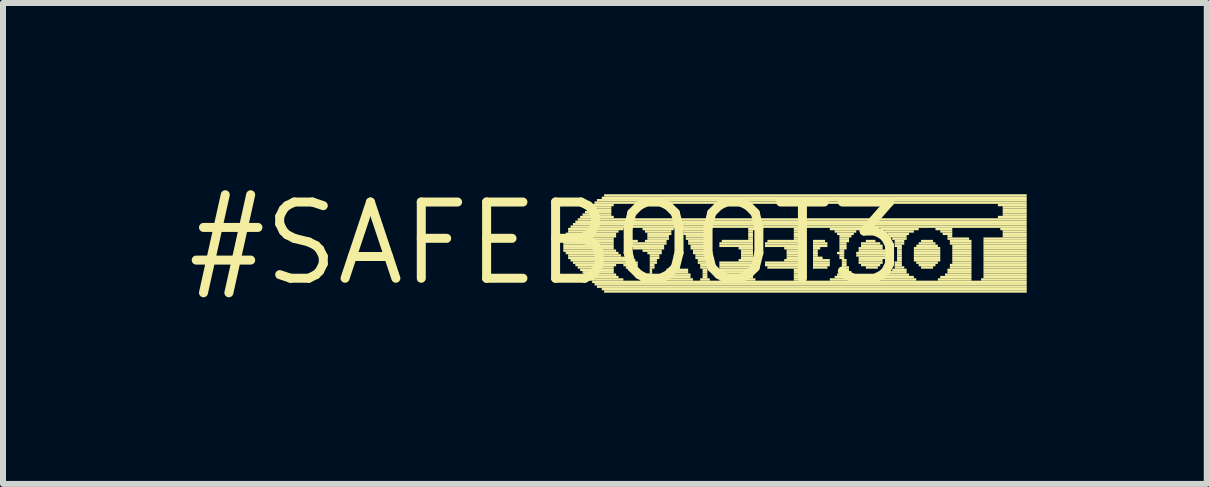
<source format=kicad_pcb>
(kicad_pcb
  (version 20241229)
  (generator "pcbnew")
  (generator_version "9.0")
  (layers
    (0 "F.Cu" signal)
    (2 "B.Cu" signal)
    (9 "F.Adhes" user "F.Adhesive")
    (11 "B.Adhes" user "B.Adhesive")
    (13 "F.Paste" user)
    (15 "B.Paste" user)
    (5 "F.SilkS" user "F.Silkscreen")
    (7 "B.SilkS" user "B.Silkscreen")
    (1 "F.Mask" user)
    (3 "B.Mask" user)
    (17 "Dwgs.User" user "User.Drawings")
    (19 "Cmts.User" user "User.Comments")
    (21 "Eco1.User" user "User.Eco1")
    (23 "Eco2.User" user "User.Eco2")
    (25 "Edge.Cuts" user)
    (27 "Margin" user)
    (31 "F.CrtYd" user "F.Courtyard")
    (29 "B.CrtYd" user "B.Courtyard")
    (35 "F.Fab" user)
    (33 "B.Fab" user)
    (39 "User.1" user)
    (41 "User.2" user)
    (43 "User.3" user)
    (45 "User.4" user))
  (footprint "#SAFEBOOT3"
    (layer "F.Cu")
    (at 6.055 1.006)
    (property "Reference" "#SAFEBOOT3" (at 0 0 0) (layer "F.SilkS") (effects (font (size 1.27 1.27) (thickness 0.15))))
    (fp_poly (pts (xy 0.28 -0.1) (xy 1.16 -0.1) (xy 1.16 -0.14) (xy 0.28 -0.14)) (stroke (width 0) (type default)) (fill yes) (layer "F.SilkS"))
    (fp_poly (pts (xy 0.28 -0.06) (xy 1.12 -0.06) (xy 1.12 -0.1) (xy 0.28 -0.1)) (stroke (width 0) (type default)) (fill yes) (layer "F.SilkS"))
    (fp_poly (pts (xy 0.28 -0.02) (xy 1.12 -0.02) (xy 1.12 -0.06) (xy 0.28 -0.06)) (stroke (width 0) (type default)) (fill yes) (layer "F.SilkS"))
    (fp_poly (pts (xy 0.28 0.02) (xy 1.12 0.02) (xy 1.12 -0.02) (xy 0.28 -0.02)) (stroke (width 0) (type default)) (fill yes) (layer "F.SilkS"))
    (fp_poly (pts (xy 0.28 0.06) (xy 1.12 0.06) (xy 1.12 0.02) (xy 0.28 0.02)) (stroke (width 0) (type default)) (fill yes) (layer "F.SilkS"))
    (fp_poly (pts (xy 0.28 0.1) (xy 1.12 0.1) (xy 1.12 0.06) (xy 0.28 0.06)) (stroke (width 0) (type default)) (fill yes) (layer "F.SilkS"))
    (fp_poly (pts (xy 0.28 0.14) (xy 1.16 0.14) (xy 1.16 0.1) (xy 0.28 0.1)) (stroke (width 0) (type default)) (fill yes) (layer "F.SilkS"))
    (fp_poly (pts (xy 0.32 -0.14) (xy 1.16 -0.14) (xy 1.16 -0.18) (xy 0.32 -0.18)) (stroke (width 0) (type default)) (fill yes) (layer "F.SilkS"))
    (fp_poly (pts (xy 0.32 0.18) (xy 1.2 0.18) (xy 1.2 0.14) (xy 0.32 0.14)) (stroke (width 0) (type default)) (fill yes) (layer "F.SilkS"))
    (fp_poly (pts (xy 0.36 -0.22) (xy 1.28 -0.22) (xy 1.28 -0.26) (xy 0.36 -0.26)) (stroke (width 0) (type default)) (fill yes) (layer "F.SilkS"))
    (fp_poly (pts (xy 0.36 -0.18) (xy 1.2 -0.18) (xy 1.2 -0.22) (xy 0.36 -0.22)) (stroke (width 0) (type default)) (fill yes) (layer "F.SilkS"))
    (fp_poly (pts (xy 0.36 0.22) (xy 1.24 0.22) (xy 1.24 0.18) (xy 0.36 0.18)) (stroke (width 0) (type default)) (fill yes) (layer "F.SilkS"))
    (fp_poly (pts (xy 0.36 0.26) (xy 1.32 0.26) (xy 1.32 0.22) (xy 0.36 0.22)) (stroke (width 0) (type default)) (fill yes) (layer "F.SilkS"))
    (fp_poly (pts (xy 0.4 -0.26) (xy 8 -0.26) (xy 8 -0.3) (xy 0.4 -0.3)) (stroke (width 0) (type default)) (fill yes) (layer "F.SilkS"))
    (fp_poly (pts (xy 0.4 0.3) (xy 1.48 0.3) (xy 1.48 0.26) (xy 0.4 0.26)) (stroke (width 0) (type default)) (fill yes) (layer "F.SilkS"))
    (fp_poly (pts (xy 0.44 -0.3) (xy 8 -0.3) (xy 8 -0.34) (xy 0.44 -0.34)) (stroke (width 0) (type default)) (fill yes) (layer "F.SilkS"))
    (fp_poly (pts (xy 0.44 0.34) (xy 1.52 0.34) (xy 1.52 0.3) (xy 0.44 0.3)) (stroke (width 0) (type default)) (fill yes) (layer "F.SilkS"))
    (fp_poly (pts (xy 0.48 -0.34) (xy 8 -0.34) (xy 8 -0.38) (xy 0.48 -0.38)) (stroke (width 0) (type default)) (fill yes) (layer "F.SilkS"))
    (fp_poly (pts (xy 0.48 0.38) (xy 1.16 0.38) (xy 1.16 0.34) (xy 0.48 0.34)) (stroke (width 0) (type default)) (fill yes) (layer "F.SilkS"))
    (fp_poly (pts (xy 0.52 -0.38) (xy 8 -0.38) (xy 8 -0.42) (xy 0.52 -0.42)) (stroke (width 0) (type default)) (fill yes) (layer "F.SilkS"))
    (fp_poly (pts (xy 0.52 0.42) (xy 1.12 0.42) (xy 1.12 0.38) (xy 0.52 0.38)) (stroke (width 0) (type default)) (fill yes) (layer "F.SilkS"))
    (fp_poly (pts (xy 0.56 -0.42) (xy 1.12 -0.42) (xy 1.12 -0.46) (xy 0.56 -0.46)) (stroke (width 0) (type default)) (fill yes) (layer "F.SilkS"))
    (fp_poly (pts (xy 0.56 0.46) (xy 1.12 0.46) (xy 1.12 0.42) (xy 0.56 0.42)) (stroke (width 0) (type default)) (fill yes) (layer "F.SilkS"))
    (fp_poly (pts (xy 0.6 -0.46) (xy 1.08 -0.46) (xy 1.08 -0.5) (xy 0.6 -0.5)) (stroke (width 0) (type default)) (fill yes) (layer "F.SilkS"))
    (fp_poly (pts (xy 0.6 0.5) (xy 1.12 0.5) (xy 1.12 0.46) (xy 0.6 0.46)) (stroke (width 0) (type default)) (fill yes) (layer "F.SilkS"))
    (fp_poly (pts (xy 0.64 -0.5) (xy 1.08 -0.5) (xy 1.08 -0.54) (xy 0.64 -0.54)) (stroke (width 0) (type default)) (fill yes) (layer "F.SilkS"))
    (fp_poly (pts (xy 0.64 0.54) (xy 1.16 0.54) (xy 1.16 0.5) (xy 0.64 0.5)) (stroke (width 0) (type default)) (fill yes) (layer "F.SilkS"))
    (fp_poly (pts (xy 0.68 -0.54) (xy 1.08 -0.54) (xy 1.08 -0.58) (xy 0.68 -0.58)) (stroke (width 0) (type default)) (fill yes) (layer "F.SilkS"))
    (fp_poly (pts (xy 0.68 0.58) (xy 1.2 0.58) (xy 1.2 0.54) (xy 0.68 0.54)) (stroke (width 0) (type default)) (fill yes) (layer "F.SilkS"))
    (fp_poly (pts (xy 0.72 -0.58) (xy 1.08 -0.58) (xy 1.08 -0.62) (xy 0.72 -0.62)) (stroke (width 0) (type default)) (fill yes) (layer "F.SilkS"))
    (fp_poly (pts (xy 0.72 0.62) (xy 1.28 0.62) (xy 1.28 0.58) (xy 0.72 0.58)) (stroke (width 0) (type default)) (fill yes) (layer "F.SilkS"))
    (fp_poly (pts (xy 0.76 -0.62) (xy 1.12 -0.62) (xy 1.12 -0.66) (xy 0.76 -0.66)) (stroke (width 0) (type default)) (fill yes) (layer "F.SilkS"))
    (fp_poly (pts (xy 0.76 0.66) (xy 8 0.66) (xy 8 0.62) (xy 0.76 0.62)) (stroke (width 0) (type default)) (fill yes) (layer "F.SilkS"))
    (fp_poly (pts (xy 0.8 -0.66) (xy 8 -0.66) (xy 8 -0.7) (xy 0.8 -0.7)) (stroke (width 0) (type default)) (fill yes) (layer "F.SilkS"))
    (fp_poly (pts (xy 0.8 0.7) (xy 8 0.7) (xy 8 0.66) (xy 0.8 0.66)) (stroke (width 0) (type default)) (fill yes) (layer "F.SilkS"))
    (fp_poly (pts (xy 0.84 -0.7) (xy 8 -0.7) (xy 8 -0.74) (xy 0.84 -0.74)) (stroke (width 0) (type default)) (fill yes) (layer "F.SilkS"))
    (fp_poly (pts (xy 0.84 0.74) (xy 8 0.74) (xy 8 0.7) (xy 0.84 0.7)) (stroke (width 0) (type default)) (fill yes) (layer "F.SilkS"))
    (fp_poly (pts (xy 0.92 -0.74) (xy 8 -0.74) (xy 8 -0.78) (xy 0.92 -0.78)) (stroke (width 0) (type default)) (fill yes) (layer "F.SilkS"))
    (fp_poly (pts (xy 0.92 0.78) (xy 8 0.78) (xy 8 0.74) (xy 0.92 0.74)) (stroke (width 0) (type default)) (fill yes) (layer "F.SilkS"))
    (fp_poly (pts (xy 0.96 -0.78) (xy 8 -0.78) (xy 8 -0.82) (xy 0.96 -0.82)) (stroke (width 0) (type default)) (fill yes) (layer "F.SilkS"))
    (fp_poly (pts (xy 0.96 0.82) (xy 8 0.82) (xy 8 0.78) (xy 0.96 0.78)) (stroke (width 0) (type default)) (fill yes) (layer "F.SilkS"))
    (fp_poly (pts (xy 1.28 0.38) (xy 1.52 0.38) (xy 1.52 0.34) (xy 1.28 0.34)) (stroke (width 0) (type default)) (fill yes) (layer "F.SilkS"))
    (fp_poly (pts (xy 1.32 -0.02) (xy 1.52 -0.02) (xy 1.52 -0.06) (xy 1.32 -0.06)) (stroke (width 0) (type default)) (fill yes) (layer "F.SilkS"))
    (fp_poly (pts (xy 1.32 0.02) (xy 2 0.02) (xy 2 -0.02) (xy 1.32 -0.02)) (stroke (width 0) (type default)) (fill yes) (layer "F.SilkS"))
    (fp_poly (pts (xy 1.32 0.42) (xy 1.52 0.42) (xy 1.52 0.38) (xy 1.32 0.38)) (stroke (width 0) (type default)) (fill yes) (layer "F.SilkS"))
    (fp_poly (pts (xy 1.36 0.06) (xy 1.96 0.06) (xy 1.96 0.02) (xy 1.36 0.02)) (stroke (width 0) (type default)) (fill yes) (layer "F.SilkS"))
    (fp_poly (pts (xy 1.44 0.1) (xy 1.96 0.1) (xy 1.96 0.06) (xy 1.44 0.06)) (stroke (width 0) (type default)) (fill yes) (layer "F.SilkS"))
    (fp_poly (pts (xy 1.56 0.62) (xy 1.8 0.62) (xy 1.8 0.58) (xy 1.56 0.58)) (stroke (width 0) (type default)) (fill yes) (layer "F.SilkS"))
    (fp_poly (pts (xy 1.6 -0.22) (xy 2.12 -0.22) (xy 2.12 -0.26) (xy 1.6 -0.26)) (stroke (width 0) (type default)) (fill yes) (layer "F.SilkS"))
    (fp_poly (pts (xy 1.6 0.14) (xy 1.92 0.14) (xy 1.92 0.1) (xy 1.6 0.1)) (stroke (width 0) (type default)) (fill yes) (layer "F.SilkS"))
    (fp_poly (pts (xy 1.64 -0.18) (xy 2.08 -0.18) (xy 2.08 -0.22) (xy 1.64 -0.22)) (stroke (width 0) (type default)) (fill yes) (layer "F.SilkS"))
    (fp_poly (pts (xy 1.64 -0.02) (xy 2 -0.02) (xy 2 -0.06) (xy 1.64 -0.06)) (stroke (width 0) (type default)) (fill yes) (layer "F.SilkS"))
    (fp_poly (pts (xy 1.64 0.58) (xy 1.76 0.58) (xy 1.76 0.54) (xy 1.64 0.54)) (stroke (width 0) (type default)) (fill yes) (layer "F.SilkS"))
    (fp_poly (pts (xy 1.68 -0.14) (xy 2.08 -0.14) (xy 2.08 -0.18) (xy 1.68 -0.18)) (stroke (width 0) (type default)) (fill yes) (layer "F.SilkS"))
    (fp_poly (pts (xy 1.68 -0.1) (xy 2.04 -0.1) (xy 2.04 -0.14) (xy 1.68 -0.14)) (stroke (width 0) (type default)) (fill yes) (layer "F.SilkS"))
    (fp_poly (pts (xy 1.68 -0.06) (xy 2.04 -0.06) (xy 2.04 -0.1) (xy 1.68 -0.1)) (stroke (width 0) (type default)) (fill yes) (layer "F.SilkS"))
    (fp_poly (pts (xy 1.68 0.18) (xy 1.92 0.18) (xy 1.92 0.14) (xy 1.68 0.14)) (stroke (width 0) (type default)) (fill yes) (layer "F.SilkS"))
    (fp_poly (pts (xy 1.68 0.54) (xy 1.76 0.54) (xy 1.76 0.5) (xy 1.68 0.5)) (stroke (width 0) (type default)) (fill yes) (layer "F.SilkS"))
    (fp_poly (pts (xy 1.72 0.22) (xy 1.88 0.22) (xy 1.88 0.18) (xy 1.72 0.18)) (stroke (width 0) (type default)) (fill yes) (layer "F.SilkS"))
    (fp_poly (pts (xy 1.72 0.26) (xy 1.88 0.26) (xy 1.88 0.22) (xy 1.72 0.22)) (stroke (width 0) (type default)) (fill yes) (layer "F.SilkS"))
    (fp_poly (pts (xy 1.72 0.3) (xy 1.84 0.3) (xy 1.84 0.26) (xy 1.72 0.26)) (stroke (width 0) (type default)) (fill yes) (layer "F.SilkS"))
    (fp_poly (pts (xy 1.72 0.34) (xy 1.84 0.34) (xy 1.84 0.3) (xy 1.72 0.3)) (stroke (width 0) (type default)) (fill yes) (layer "F.SilkS"))
    (fp_poly (pts (xy 1.72 0.38) (xy 1.8 0.38) (xy 1.8 0.34) (xy 1.72 0.34)) (stroke (width 0) (type default)) (fill yes) (layer "F.SilkS"))
    (fp_poly (pts (xy 1.72 0.42) (xy 1.8 0.42) (xy 1.8 0.38) (xy 1.72 0.38)) (stroke (width 0) (type default)) (fill yes) (layer "F.SilkS"))
    (fp_poly (pts (xy 1.72 0.46) (xy 1.76 0.46) (xy 1.76 0.42) (xy 1.72 0.42)) (stroke (width 0) (type default)) (fill yes) (layer "F.SilkS"))
    (fp_poly (pts (xy 1.72 0.5) (xy 1.76 0.5) (xy 1.76 0.46) (xy 1.72 0.46)) (stroke (width 0) (type default)) (fill yes) (layer "F.SilkS"))
    (fp_poly (pts (xy 1.92 0.62) (xy 2.44 0.62) (xy 2.44 0.58) (xy 1.92 0.58)) (stroke (width 0) (type default)) (fill yes) (layer "F.SilkS"))
    (fp_poly (pts (xy 1.96 0.54) (xy 2.4 0.54) (xy 2.4 0.5) (xy 1.96 0.5)) (stroke (width 0) (type default)) (fill yes) (layer "F.SilkS"))
    (fp_poly (pts (xy 1.96 0.58) (xy 2.4 0.58) (xy 2.4 0.54) (xy 1.96 0.54)) (stroke (width 0) (type default)) (fill yes) (layer "F.SilkS"))
    (fp_poly (pts (xy 2 0.46) (xy 2.36 0.46) (xy 2.36 0.42) (xy 2 0.42)) (stroke (width 0) (type default)) (fill yes) (layer "F.SilkS"))
    (fp_poly (pts (xy 2 0.5) (xy 2.36 0.5) (xy 2.36 0.46) (xy 2 0.46)) (stroke (width 0) (type default)) (fill yes) (layer "F.SilkS"))
    (fp_poly (pts (xy 2.12 0.22) (xy 2.24 0.22) (xy 2.24 0.18) (xy 2.12 0.18)) (stroke (width 0) (type default)) (fill yes) (layer "F.SilkS"))
    (fp_poly (pts (xy 2.12 0.26) (xy 2.24 0.26) (xy 2.24 0.22) (xy 2.12 0.22)) (stroke (width 0) (type default)) (fill yes) (layer "F.SilkS"))
    (fp_poly (pts (xy 2.16 0.14) (xy 2.2 0.14) (xy 2.2 0.1) (xy 2.16 0.1)) (stroke (width 0) (type default)) (fill yes) (layer "F.SilkS"))
    (fp_poly (pts (xy 2.16 0.18) (xy 2.2 0.18) (xy 2.2 0.14) (xy 2.16 0.14)) (stroke (width 0) (type default)) (fill yes) (layer "F.SilkS"))
    (fp_poly (pts (xy 2.24 -0.22) (xy 2.72 -0.22) (xy 2.72 -0.26) (xy 2.24 -0.26)) (stroke (width 0) (type default)) (fill yes) (layer "F.SilkS"))
    (fp_poly (pts (xy 2.28 -0.18) (xy 2.68 -0.18) (xy 2.68 -0.22) (xy 2.28 -0.22)) (stroke (width 0) (type default)) (fill yes) (layer "F.SilkS"))
    (fp_poly (pts (xy 2.28 -0.14) (xy 2.68 -0.14) (xy 2.68 -0.18) (xy 2.28 -0.18)) (stroke (width 0) (type default)) (fill yes) (layer "F.SilkS"))
    (fp_poly (pts (xy 2.32 -0.1) (xy 2.68 -0.1) (xy 2.68 -0.14) (xy 2.32 -0.14)) (stroke (width 0) (type default)) (fill yes) (layer "F.SilkS"))
    (fp_poly (pts (xy 2.32 -0.06) (xy 2.68 -0.06) (xy 2.68 -0.1) (xy 2.32 -0.1)) (stroke (width 0) (type default)) (fill yes) (layer "F.SilkS"))
    (fp_poly (pts (xy 2.36 -0.02) (xy 2.68 -0.02) (xy 2.68 -0.06) (xy 2.36 -0.06)) (stroke (width 0) (type default)) (fill yes) (layer "F.SilkS"))
    (fp_poly (pts (xy 2.36 0.02) (xy 2.68 0.02) (xy 2.68 -0.02) (xy 2.36 -0.02)) (stroke (width 0) (type default)) (fill yes) (layer "F.SilkS"))
    (fp_poly (pts (xy 2.4 0.06) (xy 2.68 0.06) (xy 2.68 0.02) (xy 2.4 0.02)) (stroke (width 0) (type default)) (fill yes) (layer "F.SilkS"))
    (fp_poly (pts (xy 2.4 0.1) (xy 2.68 0.1) (xy 2.68 0.06) (xy 2.4 0.06)) (stroke (width 0) (type default)) (fill yes) (layer "F.SilkS"))
    (fp_poly (pts (xy 2.44 0.14) (xy 2.68 0.14) (xy 2.68 0.1) (xy 2.44 0.1)) (stroke (width 0) (type default)) (fill yes) (layer "F.SilkS"))
    (fp_poly (pts (xy 2.44 0.18) (xy 2.68 0.18) (xy 2.68 0.14) (xy 2.44 0.14)) (stroke (width 0) (type default)) (fill yes) (layer "F.SilkS"))
    (fp_poly (pts (xy 2.48 0.22) (xy 2.68 0.22) (xy 2.68 0.18) (xy 2.48 0.18)) (stroke (width 0) (type default)) (fill yes) (layer "F.SilkS"))
    (fp_poly (pts (xy 2.48 0.26) (xy 2.68 0.26) (xy 2.68 0.22) (xy 2.48 0.22)) (stroke (width 0) (type default)) (fill yes) (layer "F.SilkS"))
    (fp_poly (pts (xy 2.52 0.3) (xy 2.68 0.3) (xy 2.68 0.26) (xy 2.52 0.26)) (stroke (width 0) (type default)) (fill yes) (layer "F.SilkS"))
    (fp_poly (pts (xy 2.52 0.34) (xy 2.68 0.34) (xy 2.68 0.3) (xy 2.52 0.3)) (stroke (width 0) (type default)) (fill yes) (layer "F.SilkS"))
    (fp_poly (pts (xy 2.56 0.38) (xy 2.68 0.38) (xy 2.68 0.34) (xy 2.56 0.34)) (stroke (width 0) (type default)) (fill yes) (layer "F.SilkS"))
    (fp_poly (pts (xy 2.56 0.42) (xy 2.68 0.42) (xy 2.68 0.38) (xy 2.56 0.38)) (stroke (width 0) (type default)) (fill yes) (layer "F.SilkS"))
    (fp_poly (pts (xy 2.56 0.62) (xy 2.72 0.62) (xy 2.72 0.58) (xy 2.56 0.58)) (stroke (width 0) (type default)) (fill yes) (layer "F.SilkS"))
    (fp_poly (pts (xy 2.6 0.46) (xy 2.68 0.46) (xy 2.68 0.42) (xy 2.6 0.42)) (stroke (width 0) (type default)) (fill yes) (layer "F.SilkS"))
    (fp_poly (pts (xy 2.6 0.5) (xy 2.68 0.5) (xy 2.68 0.46) (xy 2.6 0.46)) (stroke (width 0) (type default)) (fill yes) (layer "F.SilkS"))
    (fp_poly (pts (xy 2.6 0.54) (xy 2.68 0.54) (xy 2.68 0.5) (xy 2.6 0.5)) (stroke (width 0) (type default)) (fill yes) (layer "F.SilkS"))
    (fp_poly (pts (xy 2.6 0.58) (xy 2.68 0.58) (xy 2.68 0.54) (xy 2.6 0.54)) (stroke (width 0) (type default)) (fill yes) (layer "F.SilkS"))
    (fp_poly (pts (xy 2.88 0.02) (xy 3.44 0.02) (xy 3.44 -0.02) (xy 2.88 -0.02)) (stroke (width 0) (type default)) (fill yes) (layer "F.SilkS"))
    (fp_poly (pts (xy 2.88 0.06) (xy 3.44 0.06) (xy 3.44 0.02) (xy 2.88 0.02)) (stroke (width 0) (type default)) (fill yes) (layer "F.SilkS"))
    (fp_poly (pts (xy 2.88 0.34) (xy 3.44 0.34) (xy 3.44 0.3) (xy 2.88 0.3)) (stroke (width 0) (type default)) (fill yes) (layer "F.SilkS"))
    (fp_poly (pts (xy 2.88 0.38) (xy 3.44 0.38) (xy 3.44 0.34) (xy 2.88 0.34)) (stroke (width 0) (type default)) (fill yes) (layer "F.SilkS"))
    (fp_poly (pts (xy 2.88 0.42) (xy 3.44 0.42) (xy 3.44 0.38) (xy 2.88 0.38)) (stroke (width 0) (type default)) (fill yes) (layer "F.SilkS"))
    (fp_poly (pts (xy 2.88 0.46) (xy 3.44 0.46) (xy 3.44 0.42) (xy 2.88 0.42)) (stroke (width 0) (type default)) (fill yes) (layer "F.SilkS"))
    (fp_poly (pts (xy 2.88 0.5) (xy 3.44 0.5) (xy 3.44 0.46) (xy 2.88 0.46)) (stroke (width 0) (type default)) (fill yes) (layer "F.SilkS"))
    (fp_poly (pts (xy 2.88 0.54) (xy 3.44 0.54) (xy 3.44 0.5) (xy 2.88 0.5)) (stroke (width 0) (type default)) (fill yes) (layer "F.SilkS"))
    (fp_poly (pts (xy 2.88 0.58) (xy 3.44 0.58) (xy 3.44 0.54) (xy 2.88 0.54)) (stroke (width 0) (type default)) (fill yes) (layer "F.SilkS"))
    (fp_poly (pts (xy 2.88 0.62) (xy 3.48 0.62) (xy 3.48 0.58) (xy 2.88 0.58)) (stroke (width 0) (type default)) (fill yes) (layer "F.SilkS"))
    (fp_poly (pts (xy 2.92 -0.02) (xy 3.44 -0.02) (xy 3.44 -0.06) (xy 2.92 -0.06)) (stroke (width 0) (type default)) (fill yes) (layer "F.SilkS"))
    (fp_poly (pts (xy 3.2 0.1) (xy 3.44 0.1) (xy 3.44 0.06) (xy 3.2 0.06)) (stroke (width 0) (type default)) (fill yes) (layer "F.SilkS"))
    (fp_poly (pts (xy 3.2 0.3) (xy 3.44 0.3) (xy 3.44 0.26) (xy 3.2 0.26)) (stroke (width 0) (type default)) (fill yes) (layer "F.SilkS"))
    (fp_poly (pts (xy 3.24 0.14) (xy 3.44 0.14) (xy 3.44 0.1) (xy 3.24 0.1)) (stroke (width 0) (type default)) (fill yes) (layer "F.SilkS"))
    (fp_poly (pts (xy 3.24 0.18) (xy 3.44 0.18) (xy 3.44 0.14) (xy 3.24 0.14)) (stroke (width 0) (type default)) (fill yes) (layer "F.SilkS"))
    (fp_poly (pts (xy 3.24 0.22) (xy 3.44 0.22) (xy 3.44 0.18) (xy 3.24 0.18)) (stroke (width 0) (type default)) (fill yes) (layer "F.SilkS"))
    (fp_poly (pts (xy 3.24 0.26) (xy 3.44 0.26) (xy 3.44 0.22) (xy 3.24 0.22)) (stroke (width 0) (type default)) (fill yes) (layer "F.SilkS"))
    (fp_poly (pts (xy 3.36 -0.22) (xy 3.48 -0.22) (xy 3.48 -0.26) (xy 3.36 -0.26)) (stroke (width 0) (type default)) (fill yes) (layer "F.SilkS"))
    (fp_poly (pts (xy 3.36 -0.18) (xy 3.44 -0.18) (xy 3.44 -0.22) (xy 3.36 -0.22)) (stroke (width 0) (type default)) (fill yes) (layer "F.SilkS"))
    (fp_poly (pts (xy 3.36 -0.14) (xy 3.44 -0.14) (xy 3.44 -0.18) (xy 3.36 -0.18)) (stroke (width 0) (type default)) (fill yes) (layer "F.SilkS"))
    (fp_poly (pts (xy 3.36 -0.1) (xy 3.44 -0.1) (xy 3.44 -0.14) (xy 3.36 -0.14)) (stroke (width 0) (type default)) (fill yes) (layer "F.SilkS"))
    (fp_poly (pts (xy 3.36 -0.06) (xy 3.44 -0.06) (xy 3.44 -0.1) (xy 3.36 -0.1)) (stroke (width 0) (type default)) (fill yes) (layer "F.SilkS"))
    (fp_poly (pts (xy 3.64 0.02) (xy 4.24 0.02) (xy 4.24 -0.02) (xy 3.64 -0.02)) (stroke (width 0) (type default)) (fill yes) (layer "F.SilkS"))
    (fp_poly (pts (xy 3.64 0.06) (xy 4.24 0.06) (xy 4.24 0.02) (xy 3.64 0.02)) (stroke (width 0) (type default)) (fill yes) (layer "F.SilkS"))
    (fp_poly (pts (xy 3.64 0.34) (xy 4.24 0.34) (xy 4.24 0.3) (xy 3.64 0.3)) (stroke (width 0) (type default)) (fill yes) (layer "F.SilkS"))
    (fp_poly (pts (xy 3.64 0.38) (xy 4.24 0.38) (xy 4.24 0.34) (xy 3.64 0.34)) (stroke (width 0) (type default)) (fill yes) (layer "F.SilkS"))
    (fp_poly (pts (xy 3.68 -0.02) (xy 4.24 -0.02) (xy 4.24 -0.06) (xy 3.68 -0.06)) (stroke (width 0) (type default)) (fill yes) (layer "F.SilkS"))
    (fp_poly (pts (xy 3.68 0.42) (xy 4.24 0.42) (xy 4.24 0.38) (xy 3.68 0.38)) (stroke (width 0) (type default)) (fill yes) (layer "F.SilkS"))
    (fp_poly (pts (xy 3.96 0.1) (xy 4.24 0.1) (xy 4.24 0.06) (xy 3.96 0.06)) (stroke (width 0) (type default)) (fill yes) (layer "F.SilkS"))
    (fp_poly (pts (xy 3.96 0.3) (xy 4.24 0.3) (xy 4.24 0.26) (xy 3.96 0.26)) (stroke (width 0) (type default)) (fill yes) (layer "F.SilkS"))
    (fp_poly (pts (xy 4 0.14) (xy 4.24 0.14) (xy 4.24 0.1) (xy 4 0.1)) (stroke (width 0) (type default)) (fill yes) (layer "F.SilkS"))
    (fp_poly (pts (xy 4 0.18) (xy 4.24 0.18) (xy 4.24 0.14) (xy 4 0.14)) (stroke (width 0) (type default)) (fill yes) (layer "F.SilkS"))
    (fp_poly (pts (xy 4 0.22) (xy 4.24 0.22) (xy 4.24 0.18) (xy 4 0.18)) (stroke (width 0) (type default)) (fill yes) (layer "F.SilkS"))
    (fp_poly (pts (xy 4 0.26) (xy 4.24 0.26) (xy 4.24 0.22) (xy 4 0.22)) (stroke (width 0) (type default)) (fill yes) (layer "F.SilkS"))
    (fp_poly (pts (xy 4.12 -0.22) (xy 4.24 -0.22) (xy 4.24 -0.26) (xy 4.12 -0.26)) (stroke (width 0) (type default)) (fill yes) (layer "F.SilkS"))
    (fp_poly (pts (xy 4.12 -0.18) (xy 4.24 -0.18) (xy 4.24 -0.22) (xy 4.12 -0.22)) (stroke (width 0) (type default)) (fill yes) (layer "F.SilkS"))
    (fp_poly (pts (xy 4.12 -0.14) (xy 4.24 -0.14) (xy 4.24 -0.18) (xy 4.12 -0.18)) (stroke (width 0) (type default)) (fill yes) (layer "F.SilkS"))
    (fp_poly (pts (xy 4.12 -0.1) (xy 4.24 -0.1) (xy 4.24 -0.14) (xy 4.12 -0.14)) (stroke (width 0) (type default)) (fill yes) (layer "F.SilkS"))
    (fp_poly (pts (xy 4.12 -0.06) (xy 4.24 -0.06) (xy 4.24 -0.1) (xy 4.12 -0.1)) (stroke (width 0) (type default)) (fill yes) (layer "F.SilkS"))
    (fp_poly (pts (xy 4.12 0.46) (xy 4.24 0.46) (xy 4.24 0.42) (xy 4.12 0.42)) (stroke (width 0) (type default)) (fill yes) (layer "F.SilkS"))
    (fp_poly (pts (xy 4.12 0.5) (xy 4.24 0.5) (xy 4.24 0.46) (xy 4.12 0.46)) (stroke (width 0) (type default)) (fill yes) (layer "F.SilkS"))
    (fp_poly (pts (xy 4.12 0.54) (xy 4.24 0.54) (xy 4.24 0.5) (xy 4.12 0.5)) (stroke (width 0) (type default)) (fill yes) (layer "F.SilkS"))
    (fp_poly (pts (xy 4.12 0.58) (xy 4.24 0.58) (xy 4.24 0.54) (xy 4.12 0.54)) (stroke (width 0) (type default)) (fill yes) (layer "F.SilkS"))
    (fp_poly (pts (xy 4.12 0.62) (xy 4.24 0.62) (xy 4.24 0.58) (xy 4.12 0.58)) (stroke (width 0) (type default)) (fill yes) (layer "F.SilkS"))
    (fp_poly (pts (xy 4.44 -0.02) (xy 4.64 -0.02) (xy 4.64 -0.06) (xy 4.44 -0.06)) (stroke (width 0) (type default)) (fill yes) (layer "F.SilkS"))
    (fp_poly (pts (xy 4.44 0.02) (xy 4.68 0.02) (xy 4.68 -0.02) (xy 4.44 -0.02)) (stroke (width 0) (type default)) (fill yes) (layer "F.SilkS"))
    (fp_poly (pts (xy 4.44 0.06) (xy 4.68 0.06) (xy 4.68 0.02) (xy 4.44 0.02)) (stroke (width 0) (type default)) (fill yes) (layer "F.SilkS"))
    (fp_poly (pts (xy 4.44 0.1) (xy 4.56 0.1) (xy 4.56 0.06) (xy 4.44 0.06)) (stroke (width 0) (type default)) (fill yes) (layer "F.SilkS"))
    (fp_poly (pts (xy 4.44 0.14) (xy 4.52 0.14) (xy 4.52 0.1) (xy 4.44 0.1)) (stroke (width 0) (type default)) (fill yes) (layer "F.SilkS"))
    (fp_poly (pts (xy 4.44 0.18) (xy 4.52 0.18) (xy 4.52 0.14) (xy 4.44 0.14)) (stroke (width 0) (type default)) (fill yes) (layer "F.SilkS"))
    (fp_poly (pts (xy 4.44 0.22) (xy 4.52 0.22) (xy 4.52 0.18) (xy 4.44 0.18)) (stroke (width 0) (type default)) (fill yes) (layer "F.SilkS"))
    (fp_poly (pts (xy 4.44 0.26) (xy 4.6 0.26) (xy 4.6 0.22) (xy 4.44 0.22)) (stroke (width 0) (type default)) (fill yes) (layer "F.SilkS"))
    (fp_poly (pts (xy 4.44 0.3) (xy 4.72 0.3) (xy 4.72 0.26) (xy 4.44 0.26)) (stroke (width 0) (type default)) (fill yes) (layer "F.SilkS"))
    (fp_poly (pts (xy 4.44 0.34) (xy 4.72 0.34) (xy 4.72 0.3) (xy 4.44 0.3)) (stroke (width 0) (type default)) (fill yes) (layer "F.SilkS"))
    (fp_poly (pts (xy 4.44 0.38) (xy 4.72 0.38) (xy 4.72 0.34) (xy 4.44 0.34)) (stroke (width 0) (type default)) (fill yes) (layer "F.SilkS"))
    (fp_poly (pts (xy 4.44 0.42) (xy 4.68 0.42) (xy 4.68 0.38) (xy 4.44 0.38)) (stroke (width 0) (type default)) (fill yes) (layer "F.SilkS"))
    (fp_poly (pts (xy 4.72 -0.22) (xy 5.24 -0.22) (xy 5.24 -0.26) (xy 4.72 -0.26)) (stroke (width 0) (type default)) (fill yes) (layer "F.SilkS"))
    (fp_poly (pts (xy 4.72 0.62) (xy 5.24 0.62) (xy 5.24 0.58) (xy 4.72 0.58)) (stroke (width 0) (type default)) (fill yes) (layer "F.SilkS"))
    (fp_poly (pts (xy 4.8 -0.18) (xy 5.16 -0.18) (xy 5.16 -0.22) (xy 4.8 -0.22)) (stroke (width 0) (type default)) (fill yes) (layer "F.SilkS"))
    (fp_poly (pts (xy 4.8 0.58) (xy 5.16 0.58) (xy 5.16 0.54) (xy 4.8 0.54)) (stroke (width 0) (type default)) (fill yes) (layer "F.SilkS"))
    (fp_poly (pts (xy 4.84 -0.14) (xy 5.12 -0.14) (xy 5.12 -0.18) (xy 4.84 -0.18)) (stroke (width 0) (type default)) (fill yes) (layer "F.SilkS"))
    (fp_poly (pts (xy 4.84 0.18) (xy 4.96 0.18) (xy 4.96 0.14) (xy 4.84 0.14)) (stroke (width 0) (type default)) (fill yes) (layer "F.SilkS"))
    (fp_poly (pts (xy 4.84 0.54) (xy 5.12 0.54) (xy 5.12 0.5) (xy 4.84 0.5)) (stroke (width 0) (type default)) (fill yes) (layer "F.SilkS"))
    (fp_poly (pts (xy 4.88 -0.1) (xy 5.08 -0.1) (xy 5.08 -0.14) (xy 4.88 -0.14)) (stroke (width 0) (type default)) (fill yes) (layer "F.SilkS"))
    (fp_poly (pts (xy 4.88 -0.06) (xy 5.04 -0.06) (xy 5.04 -0.1) (xy 4.88 -0.1)) (stroke (width 0) (type default)) (fill yes) (layer "F.SilkS"))
    (fp_poly (pts (xy 4.88 -0.02) (xy 5.04 -0.02) (xy 5.04 -0.06) (xy 4.88 -0.06)) (stroke (width 0) (type default)) (fill yes) (layer "F.SilkS"))
    (fp_poly (pts (xy 4.88 0.02) (xy 5 0.02) (xy 5 -0.02) (xy 4.88 -0.02)) (stroke (width 0) (type default)) (fill yes) (layer "F.SilkS"))
    (fp_poly (pts (xy 4.88 0.06) (xy 5 0.06) (xy 5 0.02) (xy 4.88 0.02)) (stroke (width 0) (type default)) (fill yes) (layer "F.SilkS"))
    (fp_poly (pts (xy 4.88 0.1) (xy 5 0.1) (xy 5 0.06) (xy 4.88 0.06)) (stroke (width 0) (type default)) (fill yes) (layer "F.SilkS"))
    (fp_poly (pts (xy 4.88 0.14) (xy 4.96 0.14) (xy 4.96 0.1) (xy 4.88 0.1)) (stroke (width 0) (type default)) (fill yes) (layer "F.SilkS"))
    (fp_poly (pts (xy 4.88 0.22) (xy 4.96 0.22) (xy 4.96 0.18) (xy 4.88 0.18)) (stroke (width 0) (type default)) (fill yes) (layer "F.SilkS"))
    (fp_poly (pts (xy 4.88 0.26) (xy 4.96 0.26) (xy 4.96 0.22) (xy 4.88 0.22)) (stroke (width 0) (type default)) (fill yes) (layer "F.SilkS"))
    (fp_poly (pts (xy 4.88 0.46) (xy 5.04 0.46) (xy 5.04 0.42) (xy 4.88 0.42)) (stroke (width 0) (type default)) (fill yes) (layer "F.SilkS"))
    (fp_poly (pts (xy 4.88 0.5) (xy 5.08 0.5) (xy 5.08 0.46) (xy 4.88 0.46)) (stroke (width 0) (type default)) (fill yes) (layer "F.SilkS"))
    (fp_poly (pts (xy 4.92 0.3) (xy 5 0.3) (xy 5 0.26) (xy 4.92 0.26)) (stroke (width 0) (type default)) (fill yes) (layer "F.SilkS"))
    (fp_poly (pts (xy 4.92 0.34) (xy 5 0.34) (xy 5 0.3) (xy 4.92 0.3)) (stroke (width 0) (type default)) (fill yes) (layer "F.SilkS"))
    (fp_poly (pts (xy 4.92 0.38) (xy 5 0.38) (xy 5 0.34) (xy 4.92 0.34)) (stroke (width 0) (type default)) (fill yes) (layer "F.SilkS"))
    (fp_poly (pts (xy 4.92 0.42) (xy 5.04 0.42) (xy 5.04 0.38) (xy 4.92 0.38)) (stroke (width 0) (type default)) (fill yes) (layer "F.SilkS"))
    (fp_poly (pts (xy 5.16 0.18) (xy 5.64 0.18) (xy 5.64 0.14) (xy 5.16 0.14)) (stroke (width 0) (type default)) (fill yes) (layer "F.SilkS"))
    (fp_poly (pts (xy 5.16 0.22) (xy 5.64 0.22) (xy 5.64 0.18) (xy 5.16 0.18)) (stroke (width 0) (type default)) (fill yes) (layer "F.SilkS"))
    (fp_poly (pts (xy 5.2 0.1) (xy 5.6 0.1) (xy 5.6 0.06) (xy 5.2 0.06)) (stroke (width 0) (type default)) (fill yes) (layer "F.SilkS"))
    (fp_poly (pts (xy 5.2 0.14) (xy 5.64 0.14) (xy 5.64 0.1) (xy 5.2 0.1)) (stroke (width 0) (type default)) (fill yes) (layer "F.SilkS"))
    (fp_poly (pts (xy 5.2 0.26) (xy 5.64 0.26) (xy 5.64 0.22) (xy 5.2 0.22)) (stroke (width 0) (type default)) (fill yes) (layer "F.SilkS"))
    (fp_poly (pts (xy 5.2 0.3) (xy 5.6 0.3) (xy 5.6 0.26) (xy 5.2 0.26)) (stroke (width 0) (type default)) (fill yes) (layer "F.SilkS"))
    (fp_poly (pts (xy 5.2 0.34) (xy 5.6 0.34) (xy 5.6 0.3) (xy 5.2 0.3)) (stroke (width 0) (type default)) (fill yes) (layer "F.SilkS"))
    (fp_poly (pts (xy 5.24 0.02) (xy 5.56 0.02) (xy 5.56 -0.02) (xy 5.24 -0.02)) (stroke (width 0) (type default)) (fill yes) (layer "F.SilkS"))
    (fp_poly (pts (xy 5.24 0.06) (xy 5.6 0.06) (xy 5.6 0.02) (xy 5.24 0.02)) (stroke (width 0) (type default)) (fill yes) (layer "F.SilkS"))
    (fp_poly (pts (xy 5.24 0.38) (xy 5.56 0.38) (xy 5.56 0.34) (xy 5.24 0.34)) (stroke (width 0) (type default)) (fill yes) (layer "F.SilkS"))
    (fp_poly (pts (xy 5.32 -0.02) (xy 5.48 -0.02) (xy 5.48 -0.06) (xy 5.32 -0.06)) (stroke (width 0) (type default)) (fill yes) (layer "F.SilkS"))
    (fp_poly (pts (xy 5.32 0.42) (xy 5.52 0.42) (xy 5.52 0.38) (xy 5.32 0.38)) (stroke (width 0) (type default)) (fill yes) (layer "F.SilkS"))
    (fp_poly (pts (xy 5.56 -0.22) (xy 6.2 -0.22) (xy 6.2 -0.26) (xy 5.56 -0.26)) (stroke (width 0) (type default)) (fill yes) (layer "F.SilkS"))
    (fp_poly (pts (xy 5.56 0.62) (xy 6.16 0.62) (xy 6.16 0.58) (xy 5.56 0.58)) (stroke (width 0) (type default)) (fill yes) (layer "F.SilkS"))
    (fp_poly (pts (xy 5.64 -0.18) (xy 6.12 -0.18) (xy 6.12 -0.22) (xy 5.64 -0.22)) (stroke (width 0) (type default)) (fill yes) (layer "F.SilkS"))
    (fp_poly (pts (xy 5.64 0.58) (xy 6.12 0.58) (xy 6.12 0.54) (xy 5.64 0.54)) (stroke (width 0) (type default)) (fill yes) (layer "F.SilkS"))
    (fp_poly (pts (xy 5.68 -0.14) (xy 6.04 -0.14) (xy 6.04 -0.18) (xy 5.68 -0.18)) (stroke (width 0) (type default)) (fill yes) (layer "F.SilkS"))
    (fp_poly (pts (xy 5.68 0.54) (xy 6.04 0.54) (xy 6.04 0.5) (xy 5.68 0.5)) (stroke (width 0) (type default)) (fill yes) (layer "F.SilkS"))
    (fp_poly (pts (xy 5.72 -0.1) (xy 6 -0.1) (xy 6 -0.14) (xy 5.72 -0.14)) (stroke (width 0) (type default)) (fill yes) (layer "F.SilkS"))
    (fp_poly (pts (xy 5.72 0.5) (xy 6 0.5) (xy 6 0.46) (xy 5.72 0.46)) (stroke (width 0) (type default)) (fill yes) (layer "F.SilkS"))
    (fp_poly (pts (xy 5.76 -0.06) (xy 6 -0.06) (xy 6 -0.1) (xy 5.76 -0.1)) (stroke (width 0) (type default)) (fill yes) (layer "F.SilkS"))
    (fp_poly (pts (xy 5.76 0.46) (xy 6 0.46) (xy 6 0.42) (xy 5.76 0.42)) (stroke (width 0) (type default)) (fill yes) (layer "F.SilkS"))
    (fp_poly (pts (xy 5.8 -0.02) (xy 5.96 -0.02) (xy 5.96 -0.06) (xy 5.8 -0.06)) (stroke (width 0) (type default)) (fill yes) (layer "F.SilkS"))
    (fp_poly (pts (xy 5.8 0.02) (xy 5.96 0.02) (xy 5.96 -0.02) (xy 5.8 -0.02)) (stroke (width 0) (type default)) (fill yes) (layer "F.SilkS"))
    (fp_poly (pts (xy 5.8 0.06) (xy 5.92 0.06) (xy 5.92 0.02) (xy 5.8 0.02)) (stroke (width 0) (type default)) (fill yes) (layer "F.SilkS"))
    (fp_poly (pts (xy 5.8 0.34) (xy 5.92 0.34) (xy 5.92 0.3) (xy 5.8 0.3)) (stroke (width 0) (type default)) (fill yes) (layer "F.SilkS"))
    (fp_poly (pts (xy 5.8 0.38) (xy 5.92 0.38) (xy 5.92 0.34) (xy 5.8 0.34)) (stroke (width 0) (type default)) (fill yes) (layer "F.SilkS"))
    (fp_poly (pts (xy 5.8 0.42) (xy 5.96 0.42) (xy 5.96 0.38) (xy 5.8 0.38)) (stroke (width 0) (type default)) (fill yes) (layer "F.SilkS"))
    (fp_poly (pts (xy 5.84 0.1) (xy 5.92 0.1) (xy 5.92 0.06) (xy 5.84 0.06)) (stroke (width 0) (type default)) (fill yes) (layer "F.SilkS"))
    (fp_poly (pts (xy 5.84 0.14) (xy 5.92 0.14) (xy 5.92 0.1) (xy 5.84 0.1)) (stroke (width 0) (type default)) (fill yes) (layer "F.SilkS"))
    (fp_poly (pts (xy 5.84 0.18) (xy 5.92 0.18) (xy 5.92 0.14) (xy 5.84 0.14)) (stroke (width 0) (type default)) (fill yes) (layer "F.SilkS"))
    (fp_poly (pts (xy 5.84 0.22) (xy 5.92 0.22) (xy 5.92 0.18) (xy 5.84 0.18)) (stroke (width 0) (type default)) (fill yes) (layer "F.SilkS"))
    (fp_poly (pts (xy 5.84 0.26) (xy 5.92 0.26) (xy 5.92 0.22) (xy 5.84 0.22)) (stroke (width 0) (type default)) (fill yes) (layer "F.SilkS"))
    (fp_poly (pts (xy 5.84 0.3) (xy 5.92 0.3) (xy 5.92 0.26) (xy 5.84 0.26)) (stroke (width 0) (type default)) (fill yes) (layer "F.SilkS"))
    (fp_poly (pts (xy 6.12 0.1) (xy 6.56 0.1) (xy 6.56 0.06) (xy 6.12 0.06)) (stroke (width 0) (type default)) (fill yes) (layer "F.SilkS"))
    (fp_poly (pts (xy 6.12 0.14) (xy 6.56 0.14) (xy 6.56 0.1) (xy 6.12 0.1)) (stroke (width 0) (type default)) (fill yes) (layer "F.SilkS"))
    (fp_poly (pts (xy 6.12 0.18) (xy 6.56 0.18) (xy 6.56 0.14) (xy 6.12 0.14)) (stroke (width 0) (type default)) (fill yes) (layer "F.SilkS"))
    (fp_poly (pts (xy 6.12 0.22) (xy 6.56 0.22) (xy 6.56 0.18) (xy 6.12 0.18)) (stroke (width 0) (type default)) (fill yes) (layer "F.SilkS"))
    (fp_poly (pts (xy 6.12 0.26) (xy 6.56 0.26) (xy 6.56 0.22) (xy 6.12 0.22)) (stroke (width 0) (type default)) (fill yes) (layer "F.SilkS"))
    (fp_poly (pts (xy 6.12 0.3) (xy 6.56 0.3) (xy 6.56 0.26) (xy 6.12 0.26)) (stroke (width 0) (type default)) (fill yes) (layer "F.SilkS"))
    (fp_poly (pts (xy 6.16 0.06) (xy 6.52 0.06) (xy 6.52 0.02) (xy 6.16 0.02)) (stroke (width 0) (type default)) (fill yes) (layer "F.SilkS"))
    (fp_poly (pts (xy 6.16 0.34) (xy 6.52 0.34) (xy 6.52 0.3) (xy 6.16 0.3)) (stroke (width 0) (type default)) (fill yes) (layer "F.SilkS"))
    (fp_poly (pts (xy 6.2 0.02) (xy 6.48 0.02) (xy 6.48 -0.02) (xy 6.2 -0.02)) (stroke (width 0) (type default)) (fill yes) (layer "F.SilkS"))
    (fp_poly (pts (xy 6.2 0.38) (xy 6.48 0.38) (xy 6.48 0.34) (xy 6.2 0.34)) (stroke (width 0) (type default)) (fill yes) (layer "F.SilkS"))
    (fp_poly (pts (xy 6.24 -0.02) (xy 6.44 -0.02) (xy 6.44 -0.06) (xy 6.24 -0.06)) (stroke (width 0) (type default)) (fill yes) (layer "F.SilkS"))
    (fp_poly (pts (xy 6.24 0.42) (xy 6.44 0.42) (xy 6.44 0.38) (xy 6.24 0.38)) (stroke (width 0) (type default)) (fill yes) (layer "F.SilkS"))
    (fp_poly (pts (xy 6.48 -0.22) (xy 6.76 -0.22) (xy 6.76 -0.26) (xy 6.48 -0.26)) (stroke (width 0) (type default)) (fill yes) (layer "F.SilkS"))
    (fp_poly (pts (xy 6.52 0.62) (xy 7.08 0.62) (xy 7.08 0.58) (xy 6.52 0.58)) (stroke (width 0) (type default)) (fill yes) (layer "F.SilkS"))
    (fp_poly (pts (xy 6.56 -0.18) (xy 6.76 -0.18) (xy 6.76 -0.22) (xy 6.56 -0.22)) (stroke (width 0) (type default)) (fill yes) (layer "F.SilkS"))
    (fp_poly (pts (xy 6.56 0.58) (xy 7.08 0.58) (xy 7.08 0.54) (xy 6.56 0.54)) (stroke (width 0) (type default)) (fill yes) (layer "F.SilkS"))
    (fp_poly (pts (xy 6.6 -0.14) (xy 6.76 -0.14) (xy 6.76 -0.18) (xy 6.6 -0.18)) (stroke (width 0) (type default)) (fill yes) (layer "F.SilkS"))
    (fp_poly (pts (xy 6.64 0.54) (xy 7.08 0.54) (xy 7.08 0.5) (xy 6.64 0.5)) (stroke (width 0) (type default)) (fill yes) (layer "F.SilkS"))
    (fp_poly (pts (xy 6.68 -0.1) (xy 6.76 -0.1) (xy 6.76 -0.14) (xy 6.68 -0.14)) (stroke (width 0) (type default)) (fill yes) (layer "F.SilkS"))
    (fp_poly (pts (xy 6.68 -0.06) (xy 7.04 -0.06) (xy 7.04 -0.1) (xy 6.68 -0.1)) (stroke (width 0) (type default)) (fill yes) (layer "F.SilkS"))
    (fp_poly (pts (xy 6.68 0.46) (xy 7.08 0.46) (xy 7.08 0.42) (xy 6.68 0.42)) (stroke (width 0) (type default)) (fill yes) (layer "F.SilkS"))
    (fp_poly (pts (xy 6.68 0.5) (xy 7.08 0.5) (xy 7.08 0.46) (xy 6.68 0.46)) (stroke (width 0) (type default)) (fill yes) (layer "F.SilkS"))
    (fp_poly (pts (xy 6.72 -0.02) (xy 7.08 -0.02) (xy 7.08 -0.06) (xy 6.72 -0.06)) (stroke (width 0) (type default)) (fill yes) (layer "F.SilkS"))
    (fp_poly (pts (xy 6.72 0.02) (xy 7.08 0.02) (xy 7.08 -0.02) (xy 6.72 -0.02)) (stroke (width 0) (type default)) (fill yes) (layer "F.SilkS"))
    (fp_poly (pts (xy 6.72 0.38) (xy 7.08 0.38) (xy 7.08 0.34) (xy 6.72 0.34)) (stroke (width 0) (type default)) (fill yes) (layer "F.SilkS"))
    (fp_poly (pts (xy 6.72 0.42) (xy 7.08 0.42) (xy 7.08 0.38) (xy 6.72 0.38)) (stroke (width 0) (type default)) (fill yes) (layer "F.SilkS"))
    (fp_poly (pts (xy 6.76 0.06) (xy 7.08 0.06) (xy 7.08 0.02) (xy 6.76 0.02)) (stroke (width 0) (type default)) (fill yes) (layer "F.SilkS"))
    (fp_poly (pts (xy 6.76 0.1) (xy 7.08 0.1) (xy 7.08 0.06) (xy 6.76 0.06)) (stroke (width 0) (type default)) (fill yes) (layer "F.SilkS"))
    (fp_poly (pts (xy 6.76 0.14) (xy 7.08 0.14) (xy 7.08 0.1) (xy 6.76 0.1)) (stroke (width 0) (type default)) (fill yes) (layer "F.SilkS"))
    (fp_poly (pts (xy 6.76 0.18) (xy 7.08 0.18) (xy 7.08 0.14) (xy 6.76 0.14)) (stroke (width 0) (type default)) (fill yes) (layer "F.SilkS"))
    (fp_poly (pts (xy 6.76 0.22) (xy 7.08 0.22) (xy 7.08 0.18) (xy 6.76 0.18)) (stroke (width 0) (type default)) (fill yes) (layer "F.SilkS"))
    (fp_poly (pts (xy 6.76 0.26) (xy 7.08 0.26) (xy 7.08 0.22) (xy 6.76 0.22)) (stroke (width 0) (type default)) (fill yes) (layer "F.SilkS"))
    (fp_poly (pts (xy 6.76 0.3) (xy 7.08 0.3) (xy 7.08 0.26) (xy 6.76 0.26)) (stroke (width 0) (type default)) (fill yes) (layer "F.SilkS"))
    (fp_poly (pts (xy 6.76 0.34) (xy 7.08 0.34) (xy 7.08 0.3) (xy 6.76 0.3)) (stroke (width 0) (type default)) (fill yes) (layer "F.SilkS"))
    (fp_poly (pts (xy 7.24 0.62) (xy 8 0.62) (xy 8 0.58) (xy 7.24 0.58)) (stroke (width 0) (type default)) (fill yes) (layer "F.SilkS"))
    (fp_poly (pts (xy 7.28 -0.06) (xy 8 -0.06) (xy 8 -0.1) (xy 7.28 -0.1)) (stroke (width 0) (type default)) (fill yes) (layer "F.SilkS"))
    (fp_poly (pts (xy 7.28 -0.02) (xy 8 -0.02) (xy 8 -0.06) (xy 7.28 -0.06)) (stroke (width 0) (type default)) (fill yes) (layer "F.SilkS"))
    (fp_poly (pts (xy 7.28 0.02) (xy 8 0.02) (xy 8 -0.02) (xy 7.28 -0.02)) (stroke (width 0) (type default)) (fill yes) (layer "F.SilkS"))
    (fp_poly (pts (xy 7.28 0.06) (xy 8 0.06) (xy 8 0.02) (xy 7.28 0.02)) (stroke (width 0) (type default)) (fill yes) (layer "F.SilkS"))
    (fp_poly (pts (xy 7.28 0.1) (xy 8 0.1) (xy 8 0.06) (xy 7.28 0.06)) (stroke (width 0) (type default)) (fill yes) (layer "F.SilkS"))
    (fp_poly (pts (xy 7.28 0.14) (xy 8 0.14) (xy 8 0.1) (xy 7.28 0.1)) (stroke (width 0) (type default)) (fill yes) (layer "F.SilkS"))
    (fp_poly (pts (xy 7.28 0.18) (xy 8 0.18) (xy 8 0.14) (xy 7.28 0.14)) (stroke (width 0) (type default)) (fill yes) (layer "F.SilkS"))
    (fp_poly (pts (xy 7.28 0.22) (xy 8 0.22) (xy 8 0.18) (xy 7.28 0.18)) (stroke (width 0) (type default)) (fill yes) (layer "F.SilkS"))
    (fp_poly (pts (xy 7.28 0.26) (xy 8 0.26) (xy 8 0.22) (xy 7.28 0.22)) (stroke (width 0) (type default)) (fill yes) (layer "F.SilkS"))
    (fp_poly (pts (xy 7.28 0.3) (xy 8 0.3) (xy 8 0.26) (xy 7.28 0.26)) (stroke (width 0) (type default)) (fill yes) (layer "F.SilkS"))
    (fp_poly (pts (xy 7.28 0.34) (xy 8 0.34) (xy 8 0.3) (xy 7.28 0.3)) (stroke (width 0) (type default)) (fill yes) (layer "F.SilkS"))
    (fp_poly (pts (xy 7.28 0.38) (xy 8 0.38) (xy 8 0.34) (xy 7.28 0.34)) (stroke (width 0) (type default)) (fill yes) (layer "F.SilkS"))
    (fp_poly (pts (xy 7.28 0.42) (xy 8 0.42) (xy 8 0.38) (xy 7.28 0.38)) (stroke (width 0) (type default)) (fill yes) (layer "F.SilkS"))
    (fp_poly (pts (xy 7.28 0.46) (xy 8 0.46) (xy 8 0.42) (xy 7.28 0.42)) (stroke (width 0) (type default)) (fill yes) (layer "F.SilkS"))
    (fp_poly (pts (xy 7.28 0.5) (xy 8 0.5) (xy 8 0.46) (xy 7.28 0.46)) (stroke (width 0) (type default)) (fill yes) (layer "F.SilkS"))
    (fp_poly (pts (xy 7.28 0.54) (xy 8 0.54) (xy 8 0.5) (xy 7.28 0.5)) (stroke (width 0) (type default)) (fill yes) (layer "F.SilkS"))
    (fp_poly (pts (xy 7.28 0.58) (xy 8 0.58) (xy 8 0.54) (xy 7.28 0.54)) (stroke (width 0) (type default)) (fill yes) (layer "F.SilkS"))
    (fp_poly (pts (xy 7.52 -0.62) (xy 8 -0.62) (xy 8 -0.66) (xy 7.52 -0.66)) (stroke (width 0) (type default)) (fill yes) (layer "F.SilkS"))
    (fp_poly (pts (xy 7.52 -0.42) (xy 8 -0.42) (xy 8 -0.46) (xy 7.52 -0.46)) (stroke (width 0) (type default)) (fill yes) (layer "F.SilkS"))
    (fp_poly (pts (xy 7.56 -0.22) (xy 8 -0.22) (xy 8 -0.26) (xy 7.56 -0.26)) (stroke (width 0) (type default)) (fill yes) (layer "F.SilkS"))
    (fp_poly (pts (xy 7.6 -0.58) (xy 8 -0.58) (xy 8 -0.62) (xy 7.6 -0.62)) (stroke (width 0) (type default)) (fill yes) (layer "F.SilkS"))
    (fp_poly (pts (xy 7.6 -0.54) (xy 8 -0.54) (xy 8 -0.58) (xy 7.6 -0.58)) (stroke (width 0) (type default)) (fill yes) (layer "F.SilkS"))
    (fp_poly (pts (xy 7.6 -0.5) (xy 8 -0.5) (xy 8 -0.54) (xy 7.6 -0.54)) (stroke (width 0) (type default)) (fill yes) (layer "F.SilkS"))
    (fp_poly (pts (xy 7.6 -0.46) (xy 8 -0.46) (xy 8 -0.5) (xy 7.6 -0.5)) (stroke (width 0) (type default)) (fill yes) (layer "F.SilkS"))
    (fp_poly (pts (xy 7.6 -0.18) (xy 8 -0.18) (xy 8 -0.22) (xy 7.6 -0.22)) (stroke (width 0) (type default)) (fill yes) (layer "F.SilkS"))
    (fp_poly (pts (xy 7.6 -0.14) (xy 8 -0.14) (xy 8 -0.18) (xy 7.6 -0.18)) (stroke (width 0) (type default)) (fill yes) (layer "F.SilkS"))
    (fp_poly (pts (xy 7.6 -0.1) (xy 8 -0.1) (xy 8 -0.14) (xy 7.6 -0.14)) (stroke (width 0) (type default)) (fill yes) (layer "F.SilkS")))
  (gr_rect
    (start -3 -3)
    (end 17.055 5.012)
    (stroke (width 0.1) (type default))
    (fill no)
    (layer "Edge.Cuts")))
</source>
